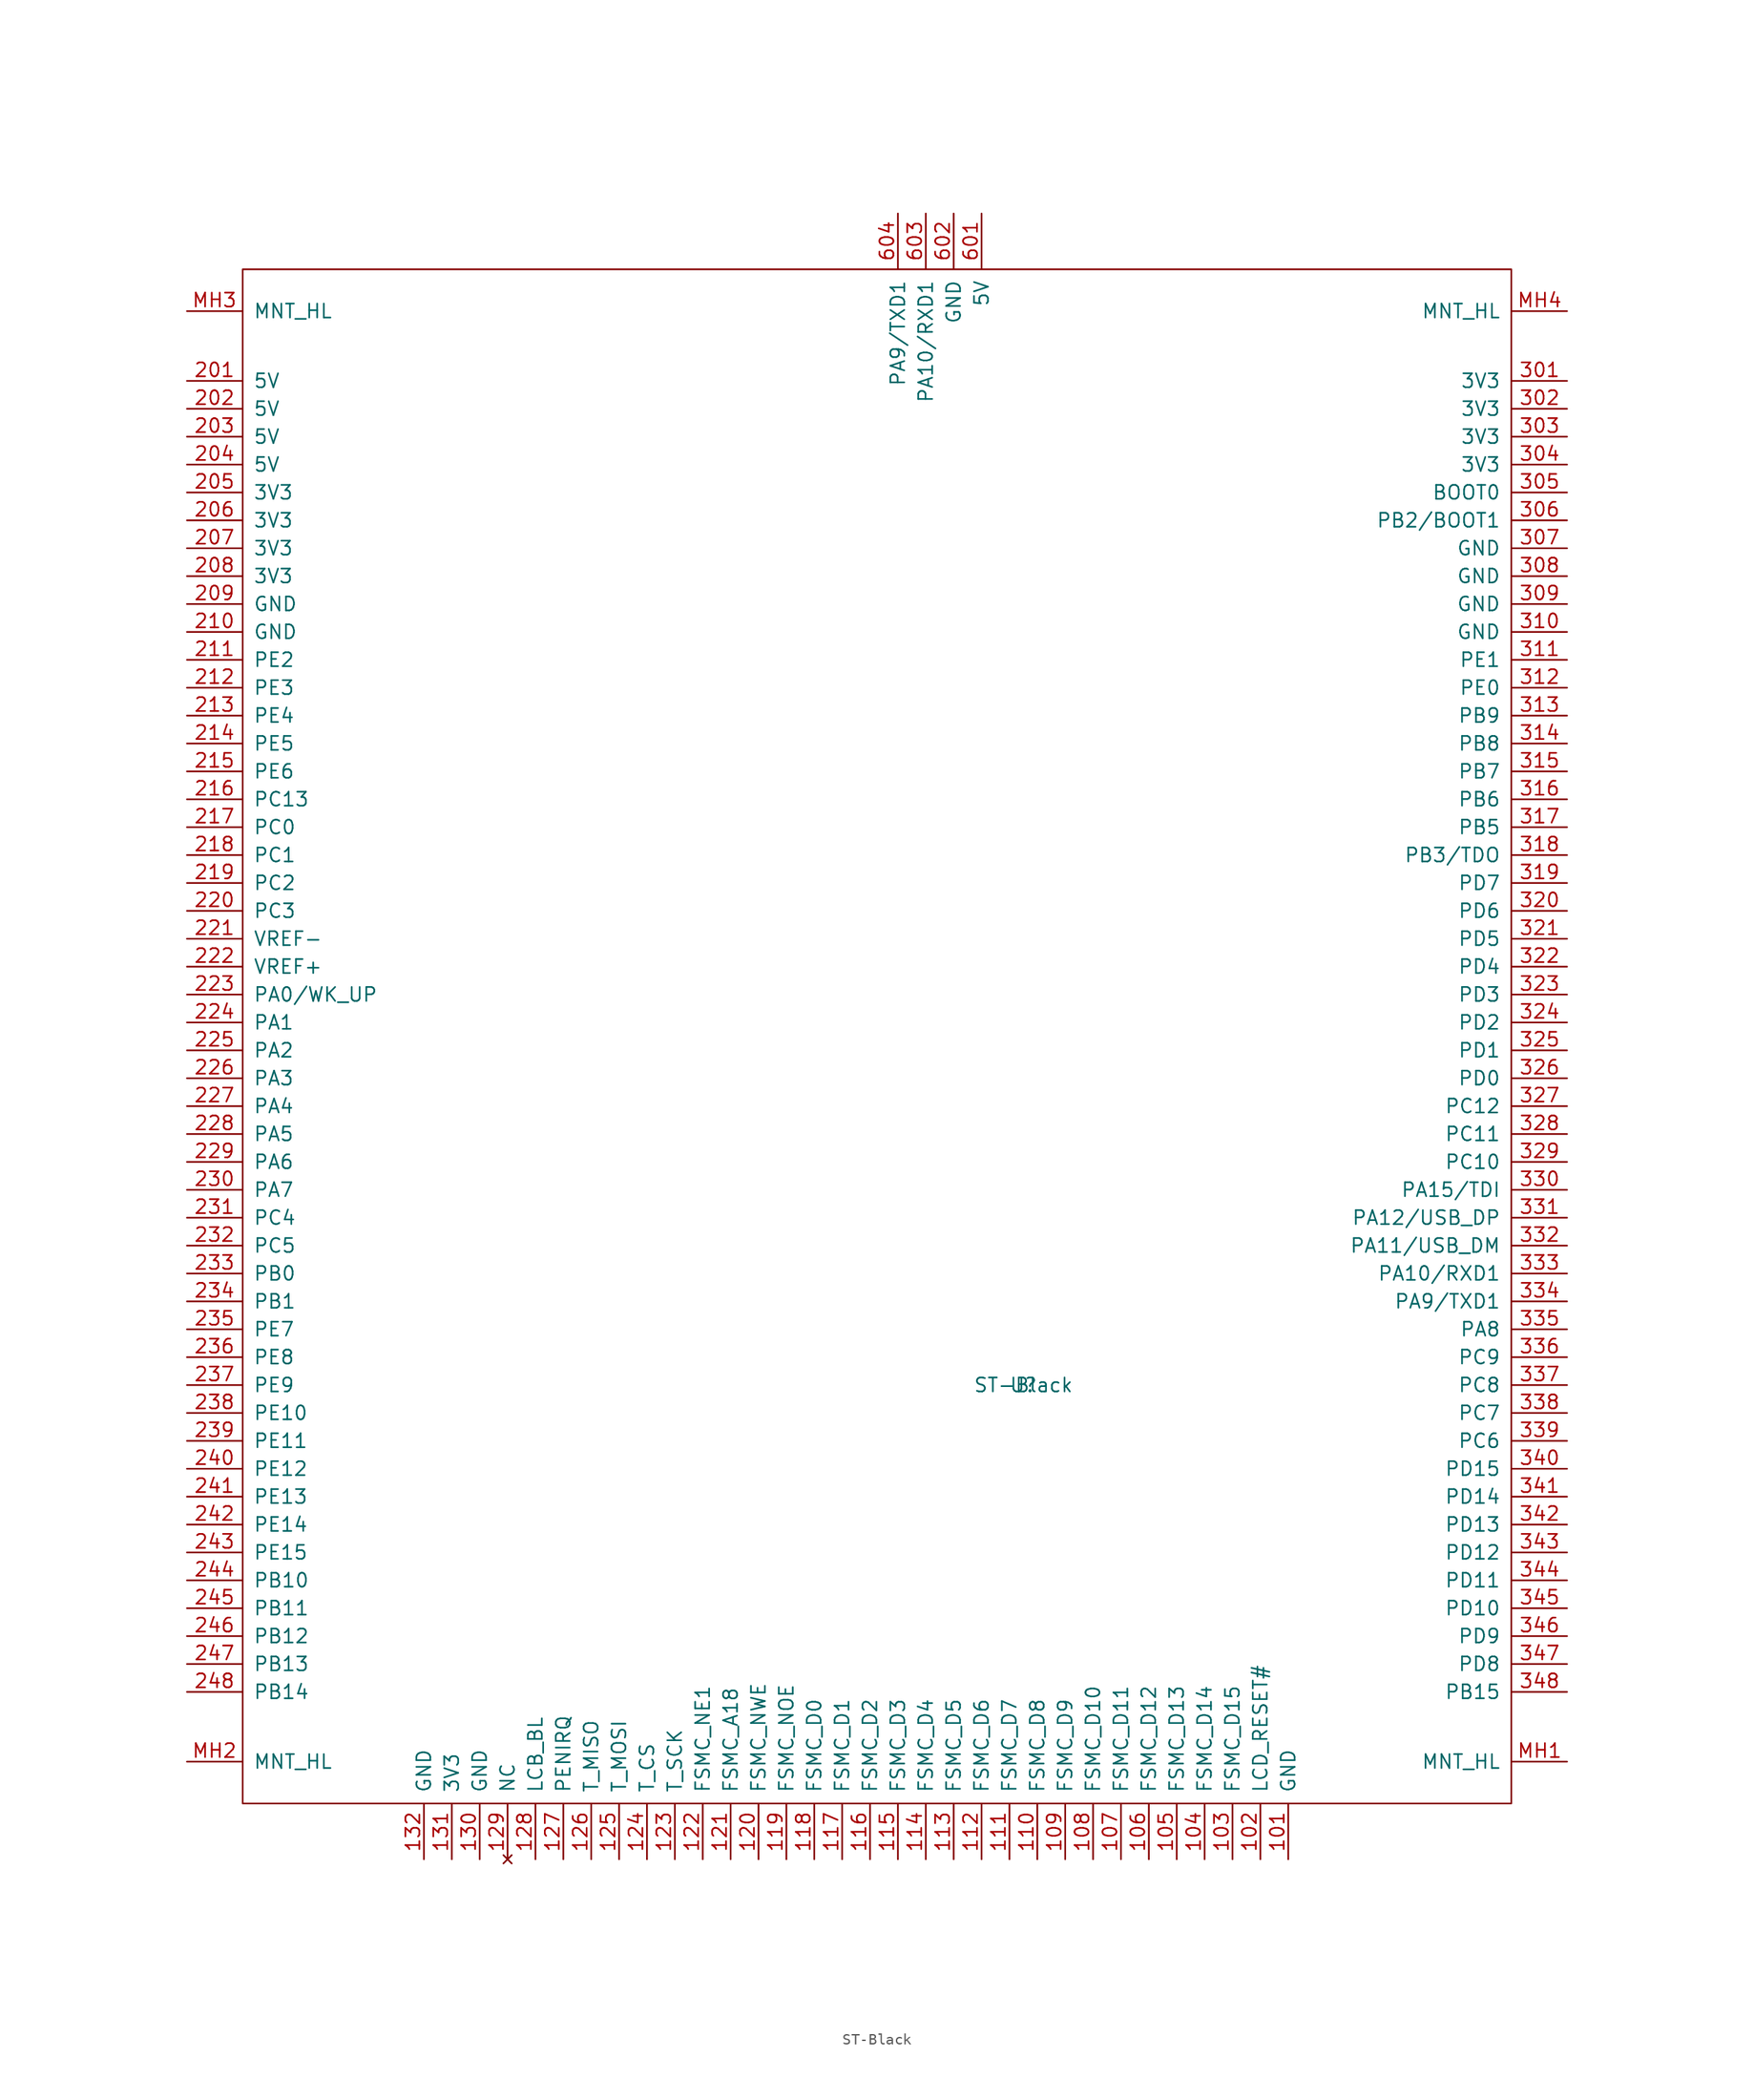
<source format=kicad_sym>
(kicad_symbol_lib
  (version 20241209)
  (generator "kicad_symbol_editor")
  (generator_version "9.0")
  (symbol "ST-Black"
    (pin_names
      (offset 1.016))
    (property "Reference" "U"
      (at 13.97 -55.88 0)
      (effects (font (size 1.27 1.27))))
    (property "Value" "ST-Black"
      (at 13.97 -55.88 0)
      (effects (font (size 1.27 1.27))))
    (symbol "ST-Black_0_1"
      (rectangle (start -57.15 -93.98) (end 58.42 45.72) (stroke (width 0) (type solid)) (fill (type none))))
    (symbol "ST-Black_1_1"
      (pin power_in line (at -62.23 41.91 0) (length 5.004) (name "MNT_HL" (effects (font (size 1.27 1.27)))) (number "MH3" (effects (font (size 1.27 1.27)))))
      (pin power_in line (at -62.23 35.56 0) (length 5.004) (name "5V" (effects (font (size 1.27 1.27)))) (number "201" (effects (font (size 1.27 1.27)))))
      (pin power_in line (at -62.23 33.02 0) (length 5.004) (name "5V" (effects (font (size 1.27 1.27)))) (number "202" (effects (font (size 1.27 1.27)))))
      (pin power_in line (at -62.23 30.48 0) (length 5.004) (name "5V" (effects (font (size 1.27 1.27)))) (number "203" (effects (font (size 1.27 1.27)))))
      (pin power_in line (at -62.23 27.94 0) (length 5.004) (name "5V" (effects (font (size 1.27 1.27)))) (number "204" (effects (font (size 1.27 1.27)))))
      (pin power_out line (at -62.23 25.4 0) (length 5.004) (name "3V3" (effects (font (size 1.27 1.27)))) (number "205" (effects (font (size 1.27 1.27)))))
      (pin power_out line (at -62.23 22.86 0) (length 5.004) (name "3V3" (effects (font (size 1.27 1.27)))) (number "206" (effects (font (size 1.27 1.27)))))
      (pin power_out line (at -62.23 20.32 0) (length 5.004) (name "3V3" (effects (font (size 1.27 1.27)))) (number "207" (effects (font (size 1.27 1.27)))))
      (pin power_out line (at -62.23 17.78 0) (length 5.004) (name "3V3" (effects (font (size 1.27 1.27)))) (number "208" (effects (font (size 1.27 1.27)))))
      (pin power_in line (at -62.23 15.24 0) (length 5.004) (name "GND" (effects (font (size 1.27 1.27)))) (number "209" (effects (font (size 1.27 1.27)))))
      (pin power_in line (at -62.23 12.7 0) (length 5.004) (name "GND" (effects (font (size 1.27 1.27)))) (number "210" (effects (font (size 1.27 1.27)))))
      (pin bidirectional line (at -62.23 10.16 0) (length 5.004) (name "PE2" (effects (font (size 1.27 1.27)))) (number "211" (effects (font (size 1.27 1.27)))))
      (pin bidirectional line (at -62.23 7.62 0) (length 5.004) (name "PE3" (effects (font (size 1.27 1.27)))) (number "212" (effects (font (size 1.27 1.27)))))
      (pin bidirectional line (at -62.23 5.08 0) (length 5.004) (name "PE4" (effects (font (size 1.27 1.27)))) (number "213" (effects (font (size 1.27 1.27)))))
      (pin bidirectional line (at -62.23 2.54 0) (length 5.004) (name "PE5" (effects (font (size 1.27 1.27)))) (number "214" (effects (font (size 1.27 1.27)))))
      (pin bidirectional line (at -62.23 0 0) (length 5.004) (name "PE6" (effects (font (size 1.27 1.27)))) (number "215" (effects (font (size 1.27 1.27)))))
      (pin bidirectional line (at -62.23 -2.54 0) (length 5.004) (name "PC13" (effects (font (size 1.27 1.27)))) (number "216" (effects (font (size 1.27 1.27)))))
      (pin bidirectional line (at -62.23 -5.08 0) (length 5.004) (name "PC0" (effects (font (size 1.27 1.27)))) (number "217" (effects (font (size 1.27 1.27)))))
      (pin bidirectional line (at -62.23 -7.62 0) (length 5.004) (name "PC1" (effects (font (size 1.27 1.27)))) (number "218" (effects (font (size 1.27 1.27)))))
      (pin bidirectional line (at -62.23 -10.16 0) (length 5.004) (name "PC2" (effects (font (size 1.27 1.27)))) (number "219" (effects (font (size 1.27 1.27)))))
      (pin bidirectional line (at -62.23 -12.7 0) (length 5.004) (name "PC3" (effects (font (size 1.27 1.27)))) (number "220" (effects (font (size 1.27 1.27)))))
      (pin input line (at -62.23 -15.24 0) (length 5.004) (name "VREF-" (effects (font (size 1.27 1.27)))) (number "221" (effects (font (size 1.27 1.27)))))
      (pin input line (at -62.23 -17.78 0) (length 5.004) (name "VREF+" (effects (font (size 1.27 1.27)))) (number "222" (effects (font (size 1.27 1.27)))))
      (pin bidirectional line (at -62.23 -20.32 0) (length 5.004) (name "PA0/WK_UP" (effects (font (size 1.27 1.27)))) (number "223" (effects (font (size 1.27 1.27)))))
      (pin bidirectional line (at -62.23 -22.86 0) (length 5.004) (name "PA1" (effects (font (size 1.27 1.27)))) (number "224" (effects (font (size 1.27 1.27)))))
      (pin bidirectional line (at -62.23 -25.4 0) (length 5.004) (name "PA2" (effects (font (size 1.27 1.27)))) (number "225" (effects (font (size 1.27 1.27)))))
      (pin bidirectional line (at -62.23 -27.94 0) (length 5.004) (name "PA3" (effects (font (size 1.27 1.27)))) (number "226" (effects (font (size 1.27 1.27)))))
      (pin bidirectional line (at -62.23 -30.48 0) (length 5.004) (name "PA4" (effects (font (size 1.27 1.27)))) (number "227" (effects (font (size 1.27 1.27)))))
      (pin bidirectional line (at -62.23 -33.02 0) (length 5.004) (name "PA5" (effects (font (size 1.27 1.27)))) (number "228" (effects (font (size 1.27 1.27)))))
      (pin bidirectional line (at -62.23 -35.56 0) (length 5.004) (name "PA6" (effects (font (size 1.27 1.27)))) (number "229" (effects (font (size 1.27 1.27)))))
      (pin bidirectional line (at -62.23 -38.1 0) (length 5.004) (name "PA7" (effects (font (size 1.27 1.27)))) (number "230" (effects (font (size 1.27 1.27)))))
      (pin bidirectional line (at -62.23 -40.64 0) (length 5.004) (name "PC4" (effects (font (size 1.27 1.27)))) (number "231" (effects (font (size 1.27 1.27)))))
      (pin bidirectional line (at -62.23 -43.18 0) (length 5.004) (name "PC5" (effects (font (size 1.27 1.27)))) (number "232" (effects (font (size 1.27 1.27)))))
      (pin bidirectional line (at -62.23 -45.72 0) (length 5.004) (name "PB0" (effects (font (size 1.27 1.27)))) (number "233" (effects (font (size 1.27 1.27)))))
      (pin bidirectional line (at -62.23 -48.26 0) (length 5.004) (name "PB1" (effects (font (size 1.27 1.27)))) (number "234" (effects (font (size 1.27 1.27)))))
      (pin bidirectional line (at -62.23 -50.8 0) (length 5.004) (name "PE7" (effects (font (size 1.27 1.27)))) (number "235" (effects (font (size 1.27 1.27)))))
      (pin bidirectional line (at -62.23 -53.34 0) (length 5.004) (name "PE8" (effects (font (size 1.27 1.27)))) (number "236" (effects (font (size 1.27 1.27)))))
      (pin bidirectional line (at -62.23 -55.88 0) (length 5.004) (name "PE9" (effects (font (size 1.27 1.27)))) (number "237" (effects (font (size 1.27 1.27)))))
      (pin bidirectional line (at -62.23 -58.42 0) (length 5.004) (name "PE10" (effects (font (size 1.27 1.27)))) (number "238" (effects (font (size 1.27 1.27)))))
      (pin bidirectional line (at -62.23 -60.96 0) (length 5.004) (name "PE11" (effects (font (size 1.27 1.27)))) (number "239" (effects (font (size 1.27 1.27)))))
      (pin bidirectional line (at -62.23 -63.5 0) (length 5.004) (name "PE12" (effects (font (size 1.27 1.27)))) (number "240" (effects (font (size 1.27 1.27)))))
      (pin bidirectional line (at -62.23 -66.04 0) (length 5.004) (name "PE13" (effects (font (size 1.27 1.27)))) (number "241" (effects (font (size 1.27 1.27)))))
      (pin bidirectional line (at -62.23 -68.58 0) (length 5.004) (name "PE14" (effects (font (size 1.27 1.27)))) (number "242" (effects (font (size 1.27 1.27)))))
      (pin bidirectional line (at -62.23 -71.12 0) (length 5.004) (name "PE15" (effects (font (size 1.27 1.27)))) (number "243" (effects (font (size 1.27 1.27)))))
      (pin bidirectional line (at -62.23 -73.66 0) (length 5.004) (name "PB10" (effects (font (size 1.27 1.27)))) (number "244" (effects (font (size 1.27 1.27)))))
      (pin bidirectional line (at -62.23 -76.2 0) (length 5.004) (name "PB11" (effects (font (size 1.27 1.27)))) (number "245" (effects (font (size 1.27 1.27)))))
      (pin bidirectional line (at -62.23 -78.74 0) (length 5.004) (name "PB12" (effects (font (size 1.27 1.27)))) (number "246" (effects (font (size 1.27 1.27)))))
      (pin bidirectional line (at -62.23 -81.28 0) (length 5.004) (name "PB13" (effects (font (size 1.27 1.27)))) (number "247" (effects (font (size 1.27 1.27)))))
      (pin bidirectional line (at -62.23 -83.82 0) (length 5.004) (name "PB14" (effects (font (size 1.27 1.27)))) (number "248" (effects (font (size 1.27 1.27)))))
      (pin power_in line (at -62.23 -90.17 0) (length 5.004) (name "MNT_HL" (effects (font (size 1.27 1.27)))) (number "MH2" (effects (font (size 1.27 1.27)))))
      (pin power_in line (at -40.64 -99.06 90) (length 5.004) (name "GND" (effects (font (size 1.27 1.27)))) (number "132" (effects (font (size 1.27 1.27)))))
      (pin power_out line (at -38.1 -99.06 90) (length 5.004) (name "3V3" (effects (font (size 1.27 1.27)))) (number "131" (effects (font (size 1.27 1.27)))))
      (pin power_in line (at -35.56 -99.06 90) (length 5.004) (name "GND" (effects (font (size 1.27 1.27)))) (number "130" (effects (font (size 1.27 1.27)))))
      (pin no_connect line (at -33.02 -99.06 90) (length 5.004) (name "NC" (effects (font (size 1.27 1.27)))) (number "129" (effects (font (size 1.27 1.27)))))
      (pin bidirectional line (at -30.48 -99.06 90) (length 5.004) (name "LCB_BL" (effects (font (size 1.27 1.27)))) (number "128" (effects (font (size 1.27 1.27)))))
      (pin bidirectional line (at -27.94 -99.06 90) (length 5.004) (name "PENIRQ" (effects (font (size 1.27 1.27)))) (number "127" (effects (font (size 1.27 1.27)))))
      (pin bidirectional line (at -25.4 -99.06 90) (length 5.004) (name "T_MISO" (effects (font (size 1.27 1.27)))) (number "126" (effects (font (size 1.27 1.27)))))
      (pin bidirectional line (at -22.86 -99.06 90) (length 5.004) (name "T_MOSI" (effects (font (size 1.27 1.27)))) (number "125" (effects (font (size 1.27 1.27)))))
      (pin bidirectional line (at -20.32 -99.06 90) (length 5.004) (name "T_CS" (effects (font (size 1.27 1.27)))) (number "124" (effects (font (size 1.27 1.27)))))
      (pin bidirectional line (at -17.78 -99.06 90) (length 5.004) (name "T_SCK" (effects (font (size 1.27 1.27)))) (number "123" (effects (font (size 1.27 1.27)))))
      (pin bidirectional line (at -15.24 -99.06 90) (length 5.004) (name "FSMC_NE1" (effects (font (size 1.27 1.27)))) (number "122" (effects (font (size 1.27 1.27)))))
      (pin bidirectional line (at -12.7 -99.06 90) (length 5.004) (name "FSMC_A18" (effects (font (size 1.27 1.27)))) (number "121" (effects (font (size 1.27 1.27)))))
      (pin bidirectional line (at -10.16 -99.06 90) (length 5.004) (name "FSMC_NWE" (effects (font (size 1.27 1.27)))) (number "120" (effects (font (size 1.27 1.27)))))
      (pin bidirectional line (at -7.62 -99.06 90) (length 5.004) (name "FSMC_NOE" (effects (font (size 1.27 1.27)))) (number "119" (effects (font (size 1.27 1.27)))))
      (pin bidirectional line (at -5.08 -99.06 90) (length 5.004) (name "FSMC_D0" (effects (font (size 1.27 1.27)))) (number "118" (effects (font (size 1.27 1.27)))))
      (pin bidirectional line (at -2.54 -99.06 90) (length 5.004) (name "FSMC_D1" (effects (font (size 1.27 1.27)))) (number "117" (effects (font (size 1.27 1.27)))))
      (pin bidirectional line (at 0 -99.06 90) (length 5.004) (name "FSMC_D2" (effects (font (size 1.27 1.27)))) (number "116" (effects (font (size 1.27 1.27)))))
      (pin bidirectional line (at 2.54 50.8 270) (length 5.004) (name "PA9/TXD1" (effects (font (size 1.27 1.27)))) (number "604" (effects (font (size 1.27 1.27)))))
      (pin bidirectional line (at 2.54 -99.06 90) (length 5.004) (name "FSMC_D3" (effects (font (size 1.27 1.27)))) (number "115" (effects (font (size 1.27 1.27)))))
      (pin bidirectional line (at 5.08 50.8 270) (length 5.004) (name "PA10/RXD1" (effects (font (size 1.27 1.27)))) (number "603" (effects (font (size 1.27 1.27)))))
      (pin bidirectional line (at 5.08 -99.06 90) (length 5.004) (name "FSMC_D4" (effects (font (size 1.27 1.27)))) (number "114" (effects (font (size 1.27 1.27)))))
      (pin power_out line (at 7.62 50.8 270) (length 5.004) (name "GND" (effects (font (size 1.27 1.27)))) (number "602" (effects (font (size 1.27 1.27)))))
      (pin bidirectional line (at 7.62 -99.06 90) (length 5.004) (name "FSMC_D5" (effects (font (size 1.27 1.27)))) (number "113" (effects (font (size 1.27 1.27)))))
      (pin power_in line (at 10.16 50.8 270) (length 5.004) (name "5V" (effects (font (size 1.27 1.27)))) (number "601" (effects (font (size 1.27 1.27)))))
      (pin bidirectional line (at 10.16 -99.06 90) (length 5.004) (name "FSMC_D6" (effects (font (size 1.27 1.27)))) (number "112" (effects (font (size 1.27 1.27)))))
      (pin bidirectional line (at 12.7 -99.06 90) (length 5.004) (name "FSMC_D7" (effects (font (size 1.27 1.27)))) (number "111" (effects (font (size 1.27 1.27)))))
      (pin bidirectional line (at 15.24 -99.06 90) (length 5.004) (name "FSMC_D8" (effects (font (size 1.27 1.27)))) (number "110" (effects (font (size 1.27 1.27)))))
      (pin bidirectional line (at 17.78 -99.06 90) (length 5.004) (name "FSMC_D9" (effects (font (size 1.27 1.27)))) (number "109" (effects (font (size 1.27 1.27)))))
      (pin bidirectional line (at 20.32 -99.06 90) (length 5.004) (name "FSMC_D10" (effects (font (size 1.27 1.27)))) (number "108" (effects (font (size 1.27 1.27)))))
      (pin bidirectional line (at 22.86 -99.06 90) (length 5.004) (name "FSMC_D11" (effects (font (size 1.27 1.27)))) (number "107" (effects (font (size 1.27 1.27)))))
      (pin bidirectional line (at 25.4 -99.06 90) (length 5.004) (name "FSMC_D12" (effects (font (size 1.27 1.27)))) (number "106" (effects (font (size 1.27 1.27)))))
      (pin bidirectional line (at 27.94 -99.06 90) (length 5.004) (name "FSMC_D13" (effects (font (size 1.27 1.27)))) (number "105" (effects (font (size 1.27 1.27)))))
      (pin bidirectional line (at 30.48 -99.06 90) (length 5.004) (name "FSMC_D14" (effects (font (size 1.27 1.27)))) (number "104" (effects (font (size 1.27 1.27)))))
      (pin bidirectional line (at 33.02 -99.06 90) (length 5.004) (name "FSMC_D15" (effects (font (size 1.27 1.27)))) (number "103" (effects (font (size 1.27 1.27)))))
      (pin bidirectional line (at 35.56 -99.06 90) (length 5.004) (name "LCD_RESET#" (effects (font (size 1.27 1.27)))) (number "102" (effects (font (size 1.27 1.27)))))
      (pin power_in line (at 38.1 -99.06 90) (length 5.004) (name "GND" (effects (font (size 1.27 1.27)))) (number "101" (effects (font (size 1.27 1.27)))))
      (pin power_in line (at 63.5 41.91 180) (length 5.004) (name "MNT_HL" (effects (font (size 1.27 1.27)))) (number "MH4" (effects (font (size 1.27 1.27)))))
      (pin power_out line (at 63.5 35.56 180) (length 5.004) (name "3V3" (effects (font (size 1.27 1.27)))) (number "301" (effects (font (size 1.27 1.27)))))
      (pin power_out line (at 63.5 33.02 180) (length 5.004) (name "3V3" (effects (font (size 1.27 1.27)))) (number "302" (effects (font (size 1.27 1.27)))))
      (pin power_out line (at 63.5 30.48 180) (length 5.004) (name "3V3" (effects (font (size 1.27 1.27)))) (number "303" (effects (font (size 1.27 1.27)))))
      (pin power_out line (at 63.5 27.94 180) (length 5.004) (name "3V3" (effects (font (size 1.27 1.27)))) (number "304" (effects (font (size 1.27 1.27)))))
      (pin bidirectional line (at 63.5 25.4 180) (length 5.004) (name "BOOT0" (effects (font (size 1.27 1.27)))) (number "305" (effects (font (size 1.27 1.27)))))
      (pin bidirectional line (at 63.5 22.86 180) (length 5.004) (name "PB2/BOOT1" (effects (font (size 1.27 1.27)))) (number "306" (effects (font (size 1.27 1.27)))))
      (pin power_in line (at 63.5 20.32 180) (length 5.004) (name "GND" (effects (font (size 1.27 1.27)))) (number "307" (effects (font (size 1.27 1.27)))))
      (pin power_in line (at 63.5 17.78 180) (length 5.004) (name "GND" (effects (font (size 1.27 1.27)))) (number "308" (effects (font (size 1.27 1.27)))))
      (pin power_in line (at 63.5 15.24 180) (length 5.004) (name "GND" (effects (font (size 1.27 1.27)))) (number "309" (effects (font (size 1.27 1.27)))))
      (pin power_in line (at 63.5 12.7 180) (length 5.004) (name "GND" (effects (font (size 1.27 1.27)))) (number "310" (effects (font (size 1.27 1.27)))))
      (pin bidirectional line (at 63.5 10.16 180) (length 5.004) (name "PE1" (effects (font (size 1.27 1.27)))) (number "311" (effects (font (size 1.27 1.27)))))
      (pin bidirectional line (at 63.5 7.62 180) (length 5.004) (name "PE0" (effects (font (size 1.27 1.27)))) (number "312" (effects (font (size 1.27 1.27)))))
      (pin bidirectional line (at 63.5 5.08 180) (length 5.004) (name "PB9" (effects (font (size 1.27 1.27)))) (number "313" (effects (font (size 1.27 1.27)))))
      (pin bidirectional line (at 63.5 2.54 180) (length 5.004) (name "PB8" (effects (font (size 1.27 1.27)))) (number "314" (effects (font (size 1.27 1.27)))))
      (pin bidirectional line (at 63.5 0 180) (length 5.004) (name "PB7" (effects (font (size 1.27 1.27)))) (number "315" (effects (font (size 1.27 1.27)))))
      (pin bidirectional line (at 63.5 -2.54 180) (length 5.004) (name "PB6" (effects (font (size 1.27 1.27)))) (number "316" (effects (font (size 1.27 1.27)))))
      (pin bidirectional line (at 63.5 -5.08 180) (length 5.004) (name "PB5" (effects (font (size 1.27 1.27)))) (number "317" (effects (font (size 1.27 1.27)))))
      (pin bidirectional line (at 63.5 -7.62 180) (length 5.004) (name "PB3/TDO" (effects (font (size 1.27 1.27)))) (number "318" (effects (font (size 1.27 1.27)))))
      (pin bidirectional line (at 63.5 -10.16 180) (length 5.004) (name "PD7" (effects (font (size 1.27 1.27)))) (number "319" (effects (font (size 1.27 1.27)))))
      (pin bidirectional line (at 63.5 -12.7 180) (length 5.004) (name "PD6" (effects (font (size 1.27 1.27)))) (number "320" (effects (font (size 1.27 1.27)))))
      (pin bidirectional line (at 63.5 -15.24 180) (length 5.004) (name "PD5" (effects (font (size 1.27 1.27)))) (number "321" (effects (font (size 1.27 1.27)))))
      (pin bidirectional line (at 63.5 -17.78 180) (length 5.004) (name "PD4" (effects (font (size 1.27 1.27)))) (number "322" (effects (font (size 1.27 1.27)))))
      (pin bidirectional line (at 63.5 -20.32 180) (length 5.004) (name "PD3" (effects (font (size 1.27 1.27)))) (number "323" (effects (font (size 1.27 1.27)))))
      (pin bidirectional line (at 63.5 -22.86 180) (length 5.004) (name "PD2" (effects (font (size 1.27 1.27)))) (number "324" (effects (font (size 1.27 1.27)))))
      (pin bidirectional line (at 63.5 -25.4 180) (length 5.004) (name "PD1" (effects (font (size 1.27 1.27)))) (number "325" (effects (font (size 1.27 1.27)))))
      (pin bidirectional line (at 63.5 -27.94 180) (length 5.004) (name "PD0" (effects (font (size 1.27 1.27)))) (number "326" (effects (font (size 1.27 1.27)))))
      (pin bidirectional line (at 63.5 -30.48 180) (length 5.004) (name "PC12" (effects (font (size 1.27 1.27)))) (number "327" (effects (font (size 1.27 1.27)))))
      (pin bidirectional line (at 63.5 -33.02 180) (length 5.004) (name "PC11" (effects (font (size 1.27 1.27)))) (number "328" (effects (font (size 1.27 1.27)))))
      (pin bidirectional line (at 63.5 -35.56 180) (length 5.004) (name "PC10" (effects (font (size 1.27 1.27)))) (number "329" (effects (font (size 1.27 1.27)))))
      (pin bidirectional line (at 63.5 -38.1 180) (length 5.004) (name "PA15/TDI" (effects (font (size 1.27 1.27)))) (number "330" (effects (font (size 1.27 1.27)))))
      (pin bidirectional line (at 63.5 -40.64 180) (length 5.004) (name "PA12/USB_DP" (effects (font (size 1.27 1.27)))) (number "331" (effects (font (size 1.27 1.27)))))
      (pin bidirectional line (at 63.5 -43.18 180) (length 5.004) (name "PA11/USB_DM" (effects (font (size 1.27 1.27)))) (number "332" (effects (font (size 1.27 1.27)))))
      (pin bidirectional line (at 63.5 -45.72 180) (length 5.004) (name "PA10/RXD1" (effects (font (size 1.27 1.27)))) (number "333" (effects (font (size 1.27 1.27)))))
      (pin bidirectional line (at 63.5 -48.26 180) (length 5.004) (name "PA9/TXD1" (effects (font (size 1.27 1.27)))) (number "334" (effects (font (size 1.27 1.27)))))
      (pin bidirectional line (at 63.5 -50.8 180) (length 5.004) (name "PA8" (effects (font (size 1.27 1.27)))) (number "335" (effects (font (size 1.27 1.27)))))
      (pin bidirectional line (at 63.5 -53.34 180) (length 5.004) (name "PC9" (effects (font (size 1.27 1.27)))) (number "336" (effects (font (size 1.27 1.27)))))
      (pin bidirectional line (at 63.5 -55.88 180) (length 5.004) (name "PC8" (effects (font (size 1.27 1.27)))) (number "337" (effects (font (size 1.27 1.27)))))
      (pin bidirectional line (at 63.5 -58.42 180) (length 5.004) (name "PC7" (effects (font (size 1.27 1.27)))) (number "338" (effects (font (size 1.27 1.27)))))
      (pin bidirectional line (at 63.5 -60.96 180) (length 5.004) (name "PC6" (effects (font (size 1.27 1.27)))) (number "339" (effects (font (size 1.27 1.27)))))
      (pin bidirectional line (at 63.5 -63.5 180) (length 5.004) (name "PD15" (effects (font (size 1.27 1.27)))) (number "340" (effects (font (size 1.27 1.27)))))
      (pin bidirectional line (at 63.5 -66.04 180) (length 5.004) (name "PD14" (effects (font (size 1.27 1.27)))) (number "341" (effects (font (size 1.27 1.27)))))
      (pin bidirectional line (at 63.5 -68.58 180) (length 5.004) (name "PD13" (effects (font (size 1.27 1.27)))) (number "342" (effects (font (size 1.27 1.27)))))
      (pin bidirectional line (at 63.5 -71.12 180) (length 5.004) (name "PD12" (effects (font (size 1.27 1.27)))) (number "343" (effects (font (size 1.27 1.27)))))
      (pin bidirectional line (at 63.5 -73.66 180) (length 5.004) (name "PD11" (effects (font (size 1.27 1.27)))) (number "344" (effects (font (size 1.27 1.27)))))
      (pin bidirectional line (at 63.5 -76.2 180) (length 5.004) (name "PD10" (effects (font (size 1.27 1.27)))) (number "345" (effects (font (size 1.27 1.27)))))
      (pin bidirectional line (at 63.5 -78.74 180) (length 5.004) (name "PD9" (effects (font (size 1.27 1.27)))) (number "346" (effects (font (size 1.27 1.27)))))
      (pin bidirectional line (at 63.5 -81.28 180) (length 5.004) (name "PD8" (effects (font (size 1.27 1.27)))) (number "347" (effects (font (size 1.27 1.27)))))
      (pin bidirectional line (at 63.5 -83.82 180) (length 5.004) (name "PB15" (effects (font (size 1.27 1.27)))) (number "348" (effects (font (size 1.27 1.27)))))
      (pin power_in line (at 63.5 -90.17 180) (length 5.004) (name "MNT_HL" (effects (font (size 1.27 1.27)))) (number "MH1" (effects (font (size 1.27 1.27))))))))
</source>
